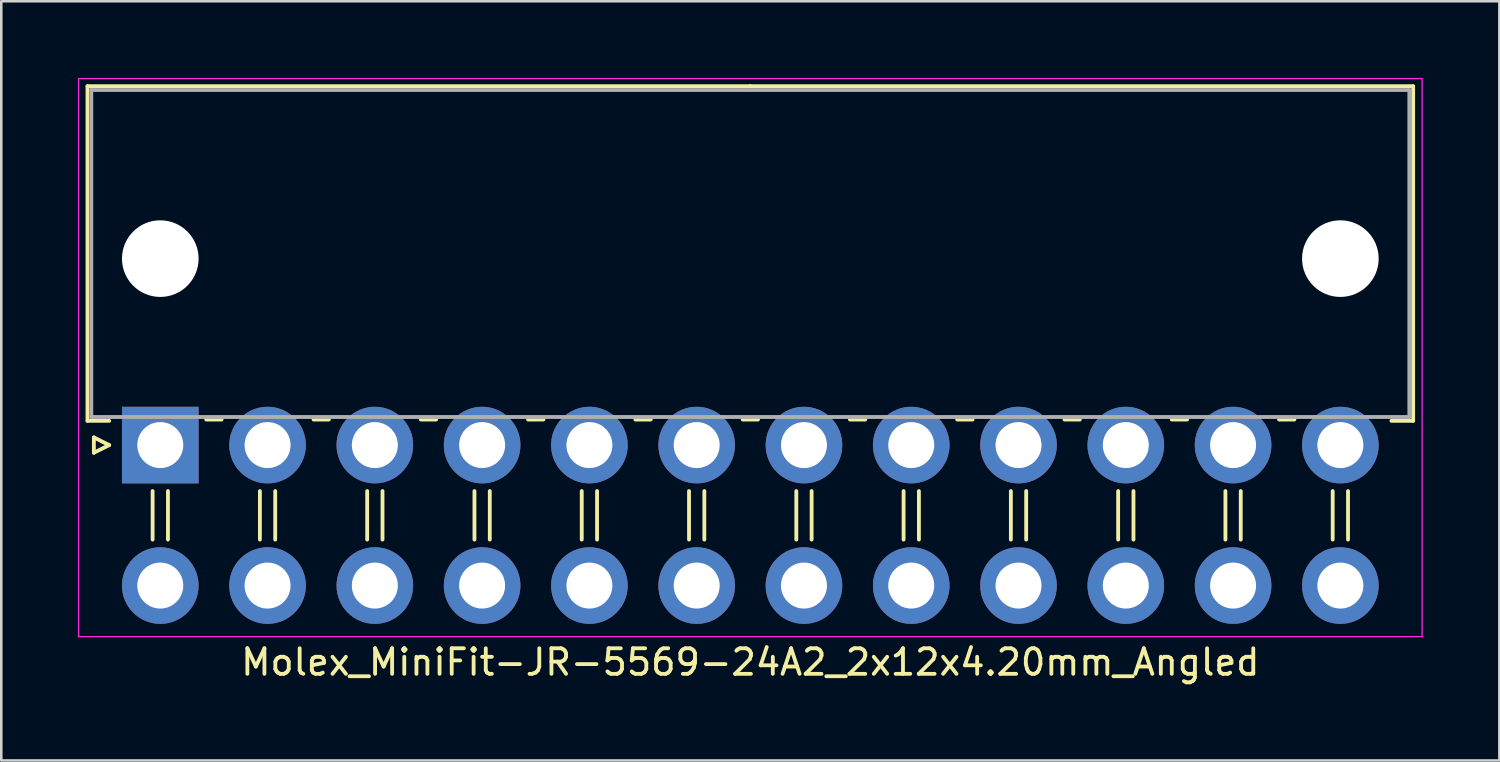
<source format=kicad_pcb>
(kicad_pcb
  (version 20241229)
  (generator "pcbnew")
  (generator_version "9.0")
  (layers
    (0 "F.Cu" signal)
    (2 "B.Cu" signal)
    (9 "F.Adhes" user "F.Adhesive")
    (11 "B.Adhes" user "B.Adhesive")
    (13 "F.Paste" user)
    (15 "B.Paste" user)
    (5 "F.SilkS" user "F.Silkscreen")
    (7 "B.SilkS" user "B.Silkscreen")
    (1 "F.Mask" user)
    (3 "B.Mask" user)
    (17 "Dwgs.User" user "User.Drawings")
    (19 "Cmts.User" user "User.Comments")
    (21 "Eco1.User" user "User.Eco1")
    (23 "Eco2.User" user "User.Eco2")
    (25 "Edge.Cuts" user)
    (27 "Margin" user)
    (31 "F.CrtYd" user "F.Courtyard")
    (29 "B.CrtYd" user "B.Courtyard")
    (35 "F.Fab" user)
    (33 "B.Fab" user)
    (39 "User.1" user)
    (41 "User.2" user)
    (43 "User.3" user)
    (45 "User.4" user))
  (footprint "Molex_MiniFit-JR-5569-24A2_2x12x4.20mm_Angled"
    (layer "F.Cu")
    (at 3.225 14.375)
    (property "Reference" "Molex_MiniFit-JR-5569-24A2_2x12x4.20mm_Angled" (at 23.1 8.5 0) (layer "F.SilkS") (effects (font (size 1 1) (thickness 0.15))))
    (attr through_hole)
    (fp_line (start -2.85 -14.05) (end 23.1 -14.05) (stroke (width 0.15) (type solid)) (layer "F.SilkS"))
    (fp_line (start -2.85 -0.95) (end -2.85 -14.05) (stroke (width 0.15) (type solid)) (layer "F.SilkS"))
    (fp_line (start -2.6 -0.3) (end -2 0) (stroke (width 0.15) (type solid)) (layer "F.SilkS"))
    (fp_line (start -2.6 0.3) (end -2.6 -0.3) (stroke (width 0.15) (type solid)) (layer "F.SilkS"))
    (fp_line (start -2 -0.95) (end -2.85 -0.95) (stroke (width 0.15) (type solid)) (layer "F.SilkS"))
    (fp_line (start -2 0) (end -2.6 0.3) (stroke (width 0.15) (type solid)) (layer "F.SilkS"))
    (fp_line (start -0.3 1.8) (end -0.3 3.7) (stroke (width 0.15) (type solid)) (layer "F.SilkS"))
    (fp_line (start 0.3 1.8) (end 0.3 3.7) (stroke (width 0.15) (type solid)) (layer "F.SilkS"))
    (fp_line (start 1.8 -1) (end 2.4 -1) (stroke (width 0.15) (type solid)) (layer "F.SilkS"))
    (fp_line (start 3.9 1.8) (end 3.9 3.7) (stroke (width 0.15) (type solid)) (layer "F.SilkS"))
    (fp_line (start 4.5 1.8) (end 4.5 3.7) (stroke (width 0.15) (type solid)) (layer "F.SilkS"))
    (fp_line (start 6 -1) (end 6.6 -1) (stroke (width 0.15) (type solid)) (layer "F.SilkS"))
    (fp_line (start 8.1 1.8) (end 8.1 3.7) (stroke (width 0.15) (type solid)) (layer "F.SilkS"))
    (fp_line (start 8.7 1.8) (end 8.7 3.7) (stroke (width 0.15) (type solid)) (layer "F.SilkS"))
    (fp_line (start 10.2 -1) (end 10.8 -1) (stroke (width 0.15) (type solid)) (layer "F.SilkS"))
    (fp_line (start 12.3 1.8) (end 12.3 3.7) (stroke (width 0.15) (type solid)) (layer "F.SilkS"))
    (fp_line (start 12.9 1.8) (end 12.9 3.7) (stroke (width 0.15) (type solid)) (layer "F.SilkS"))
    (fp_line (start 14.4 -1) (end 15 -1) (stroke (width 0.15) (type solid)) (layer "F.SilkS"))
    (fp_line (start 16.5 1.8) (end 16.5 3.7) (stroke (width 0.15) (type solid)) (layer "F.SilkS"))
    (fp_line (start 17.1 1.8) (end 17.1 3.7) (stroke (width 0.15) (type solid)) (layer "F.SilkS"))
    (fp_line (start 18.6 -1) (end 19.2 -1) (stroke (width 0.15) (type solid)) (layer "F.SilkS"))
    (fp_line (start 20.7 1.8) (end 20.7 3.7) (stroke (width 0.15) (type solid)) (layer "F.SilkS"))
    (fp_line (start 21.3 1.8) (end 21.3 3.7) (stroke (width 0.15) (type solid)) (layer "F.SilkS"))
    (fp_line (start 22.8 -1) (end 23.4 -1) (stroke (width 0.15) (type solid)) (layer "F.SilkS"))
    (fp_line (start 24.9 1.8) (end 24.9 3.7) (stroke (width 0.15) (type solid)) (layer "F.SilkS"))
    (fp_line (start 25.5 1.8) (end 25.5 3.7) (stroke (width 0.15) (type solid)) (layer "F.SilkS"))
    (fp_line (start 27 -1) (end 27.6 -1) (stroke (width 0.15) (type solid)) (layer "F.SilkS"))
    (fp_line (start 29.1 1.8) (end 29.1 3.7) (stroke (width 0.15) (type solid)) (layer "F.SilkS"))
    (fp_line (start 29.7 1.8) (end 29.7 3.7) (stroke (width 0.15) (type solid)) (layer "F.SilkS"))
    (fp_line (start 31.2 -1) (end 31.8 -1) (stroke (width 0.15) (type solid)) (layer "F.SilkS"))
    (fp_line (start 33.3 1.8) (end 33.3 3.7) (stroke (width 0.15) (type solid)) (layer "F.SilkS"))
    (fp_line (start 33.9 1.8) (end 33.9 3.7) (stroke (width 0.15) (type solid)) (layer "F.SilkS"))
    (fp_line (start 35.4 -1) (end 36 -1) (stroke (width 0.15) (type solid)) (layer "F.SilkS"))
    (fp_line (start 37.5 1.8) (end 37.5 3.7) (stroke (width 0.15) (type solid)) (layer "F.SilkS"))
    (fp_line (start 38.1 1.8) (end 38.1 3.7) (stroke (width 0.15) (type solid)) (layer "F.SilkS"))
    (fp_line (start 39.6 -1) (end 40.2 -1) (stroke (width 0.15) (type solid)) (layer "F.SilkS"))
    (fp_line (start 41.7 1.8) (end 41.7 3.7) (stroke (width 0.15) (type solid)) (layer "F.SilkS"))
    (fp_line (start 42.3 1.8) (end 42.3 3.7) (stroke (width 0.15) (type solid)) (layer "F.SilkS"))
    (fp_line (start 43.8 -1) (end 44.4 -1) (stroke (width 0.15) (type solid)) (layer "F.SilkS"))
    (fp_line (start 45.9 1.8) (end 45.9 3.7) (stroke (width 0.15) (type solid)) (layer "F.SilkS"))
    (fp_line (start 46.5 1.8) (end 46.5 3.7) (stroke (width 0.15) (type solid)) (layer "F.SilkS"))
    (fp_line (start 48.2 -0.95) (end 49.05 -0.95) (stroke (width 0.15) (type solid)) (layer "F.SilkS"))
    (fp_line (start 49.05 -14.05) (end 23.1 -14.05) (stroke (width 0.15) (type solid)) (layer "F.SilkS"))
    (fp_line (start 49.05 -0.95) (end 49.05 -14.05) (stroke (width 0.15) (type solid)) (layer "F.SilkS"))
    (fp_line (start -3.2 -14.35) (end -3.2 7.5) (stroke (width 0.05) (type solid)) (layer "F.CrtYd"))
    (fp_line (start -3.2 7.5) (end 49.4 7.5) (stroke (width 0.05) (type solid)) (layer "F.CrtYd"))
    (fp_line (start 49.4 -14.35) (end -3.2 -14.35) (stroke (width 0.05) (type solid)) (layer "F.CrtYd"))
    (fp_line (start 49.4 7.5) (end 49.4 -14.35) (stroke (width 0.05) (type solid)) (layer "F.CrtYd"))
    (fp_line (start -2.7 -13.9) (end -2.7 -1.1) (stroke (width 0.15) (type solid)) (layer "F.Fab"))
    (fp_line (start -2.7 -1.1) (end 48.9 -1.1) (stroke (width 0.15) (type solid)) (layer "F.Fab"))
    (fp_line (start 48.9 -13.9) (end -2.7 -13.9) (stroke (width 0.15) (type solid)) (layer "F.Fab"))
    (fp_line (start 48.9 -1.1) (end 48.9 -13.9) (stroke (width 0.15) (type solid)) (layer "F.Fab"))
    (pad "" np_thru_hole circle (at 0 -7.3) (size 3 3) (drill 3) (layers "*.Cu"))
    (pad "" np_thru_hole circle (at 46.2 -7.3) (size 3 3) (drill 3) (layers "*.Cu"))
    (pad "1" thru_hole rect (at 0 0) (size 3 3) (drill 1.8) (layers "*.Cu" "*.Mask"))
    (pad "2" thru_hole circle (at 4.2 0) (size 3 3) (drill 1.8) (layers "*.Cu" "*.Mask"))
    (pad "3" thru_hole circle (at 8.4 0) (size 3 3) (drill 1.8) (layers "*.Cu" "*.Mask"))
    (pad "4" thru_hole circle (at 12.6 0) (size 3 3) (drill 1.8) (layers "*.Cu" "*.Mask"))
    (pad "5" thru_hole circle (at 16.8 0) (size 3 3) (drill 1.8) (layers "*.Cu" "*.Mask"))
    (pad "6" thru_hole circle (at 21 0) (size 3 3) (drill 1.8) (layers "*.Cu" "*.Mask"))
    (pad "7" thru_hole circle (at 25.2 0) (size 3 3) (drill 1.8) (layers "*.Cu" "*.Mask"))
    (pad "8" thru_hole circle (at 29.4 0) (size 3 3) (drill 1.8) (layers "*.Cu" "*.Mask"))
    (pad "9" thru_hole circle (at 33.6 0) (size 3 3) (drill 1.8) (layers "*.Cu" "*.Mask"))
    (pad "10" thru_hole circle (at 37.8 0) (size 3 3) (drill 1.8) (layers "*.Cu" "*.Mask"))
    (pad "11" thru_hole circle (at 42 0) (size 3 3) (drill 1.8) (layers "*.Cu" "*.Mask"))
    (pad "12" thru_hole circle (at 46.2 0) (size 3 3) (drill 1.8) (layers "*.Cu" "*.Mask"))
    (pad "13" thru_hole circle (at 0 5.5) (size 3 3) (drill 1.8) (layers "*.Cu" "*.Mask"))
    (pad "14" thru_hole circle (at 4.2 5.5) (size 3 3) (drill 1.8) (layers "*.Cu" "*.Mask"))
    (pad "15" thru_hole circle (at 8.4 5.5) (size 3 3) (drill 1.8) (layers "*.Cu" "*.Mask"))
    (pad "16" thru_hole circle (at 12.6 5.5) (size 3 3) (drill 1.8) (layers "*.Cu" "*.Mask"))
    (pad "17" thru_hole circle (at 16.8 5.5) (size 3 3) (drill 1.8) (layers "*.Cu" "*.Mask"))
    (pad "18" thru_hole circle (at 21 5.5) (size 3 3) (drill 1.8) (layers "*.Cu" "*.Mask"))
    (pad "19" thru_hole circle (at 25.2 5.5) (size 3 3) (drill 1.8) (layers "*.Cu" "*.Mask"))
    (pad "20" thru_hole circle (at 29.4 5.5) (size 3 3) (drill 1.8) (layers "*.Cu" "*.Mask"))
    (pad "21" thru_hole circle (at 33.6 5.5) (size 3 3) (drill 1.8) (layers "*.Cu" "*.Mask"))
    (pad "22" thru_hole circle (at 37.8 5.5) (size 3 3) (drill 1.8) (layers "*.Cu" "*.Mask"))
    (pad "23" thru_hole circle (at 42 5.5) (size 3 3) (drill 1.8) (layers "*.Cu" "*.Mask"))
    (pad "24" thru_hole circle (at 46.2 5.5) (size 3 3) (drill 1.8) (layers "*.Cu" "*.Mask")))
  (gr_rect
    (start -3 -3)
    (end 55.65 26.723)
    (stroke (width 0.1) (type default))
    (fill no)
    (layer "Edge.Cuts")))
</source>
